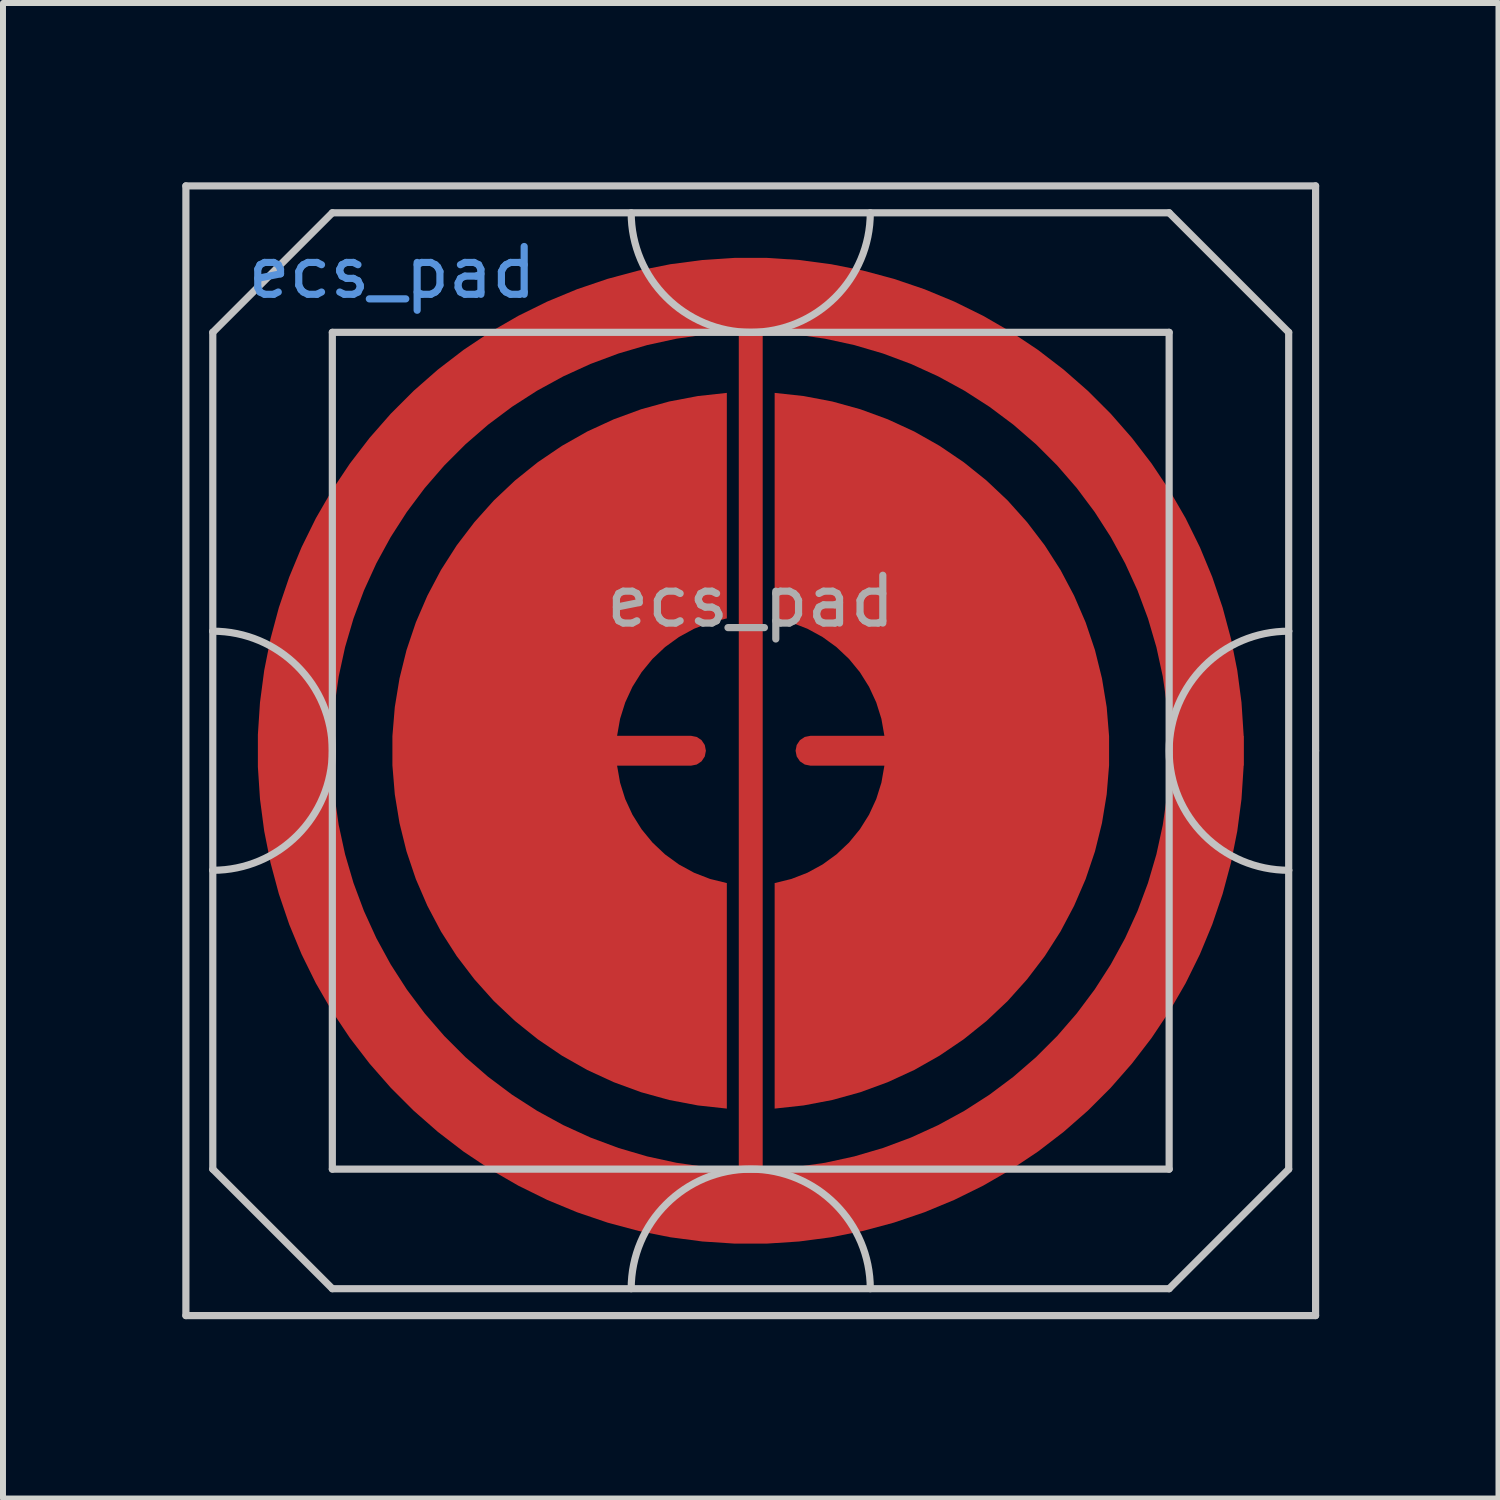
<source format=kicad_pcb>
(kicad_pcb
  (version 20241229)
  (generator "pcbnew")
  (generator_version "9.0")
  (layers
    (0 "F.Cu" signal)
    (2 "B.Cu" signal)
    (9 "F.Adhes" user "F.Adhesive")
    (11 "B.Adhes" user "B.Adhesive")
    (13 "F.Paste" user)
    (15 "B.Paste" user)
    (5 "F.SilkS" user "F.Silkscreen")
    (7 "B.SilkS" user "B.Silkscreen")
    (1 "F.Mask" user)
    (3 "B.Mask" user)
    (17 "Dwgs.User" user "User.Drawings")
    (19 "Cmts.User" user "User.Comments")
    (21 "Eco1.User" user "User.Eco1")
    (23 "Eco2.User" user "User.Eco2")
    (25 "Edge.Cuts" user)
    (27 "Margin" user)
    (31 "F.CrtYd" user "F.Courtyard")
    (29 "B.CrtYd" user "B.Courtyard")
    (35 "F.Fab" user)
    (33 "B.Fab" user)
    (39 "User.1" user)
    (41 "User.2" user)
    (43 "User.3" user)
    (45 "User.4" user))
  (footprint "ecs_pad"
    (layer "F.Cu")
    (at 9.51 9.51)
    (property "Reference" "ecs_pad" (at -6 -8 0) (layer "Cmts.User") (effects (font (size 0.8 0.8) (thickness 0.12))))
    (attr smd)
    (fp_line (start -9.45 -9.45) (end 9.45 -9.45) (stroke (width 0.12) (type solid)) (layer "Dwgs.User"))
    (fp_line (start -9.45 9.45) (end -9.45 -9.45) (stroke (width 0.12) (type solid)) (layer "Dwgs.User"))
    (fp_line (start -9 -7) (end -9 -2) (stroke (width 0.12) (type solid)) (layer "Dwgs.User"))
    (fp_line (start -9 -2) (end -9 2) (stroke (width 0.12) (type solid)) (layer "Dwgs.User"))
    (fp_line (start -9 2) (end -9 7) (stroke (width 0.12) (type solid)) (layer "Dwgs.User"))
    (fp_line (start -9 7) (end -7 9) (stroke (width 0.12) (type solid)) (layer "Dwgs.User"))
    (fp_line (start -7 -9) (end -9 -7) (stroke (width 0.12) (type solid)) (layer "Dwgs.User"))
    (fp_line (start -7 -7) (end -7 7) (stroke (width 0.12) (type solid)) (layer "Dwgs.User"))
    (fp_line (start -7 7) (end 7 7) (stroke (width 0.12) (type solid)) (layer "Dwgs.User"))
    (fp_line (start -7 9) (end 7 9) (stroke (width 0.12) (type solid)) (layer "Dwgs.User"))
    (fp_line (start 7 -9) (end -7 -9) (stroke (width 0.12) (type solid)) (layer "Dwgs.User"))
    (fp_line (start 7 -9) (end 9 -7) (stroke (width 0.12) (type solid)) (layer "Dwgs.User"))
    (fp_line (start 7 -7) (end -7 -7) (stroke (width 0.12) (type solid)) (layer "Dwgs.User"))
    (fp_line (start 7 7) (end 7 -7) (stroke (width 0.12) (type solid)) (layer "Dwgs.User"))
    (fp_line (start 7 9) (end 9 7) (stroke (width 0.12) (type solid)) (layer "Dwgs.User"))
    (fp_line (start 9 -2) (end 9 -7) (stroke (width 0.12) (type solid)) (layer "Dwgs.User"))
    (fp_line (start 9 -2) (end 9 2) (stroke (width 0.12) (type solid)) (layer "Dwgs.User"))
    (fp_line (start 9 7) (end 9 2) (stroke (width 0.12) (type solid)) (layer "Dwgs.User"))
    (fp_line (start 9.45 -9.45) (end 9.45 0) (stroke (width 0.12) (type solid)) (layer "Dwgs.User"))
    (fp_line (start 9.45 0) (end 9.45 9.45) (stroke (width 0.12) (type solid)) (layer "Dwgs.User"))
    (fp_line (start 9.45 9.45) (end -9.45 9.45) (stroke (width 0.12) (type solid)) (layer "Dwgs.User"))
    (fp_arc (start -9 -2) (mid -7 0) (end -9 2) (stroke (width 0.12) (type solid)) (layer "Dwgs.User"))
    (fp_arc (start -2 9) (mid 0 7) (end 2 9) (stroke (width 0.12) (type solid)) (layer "Dwgs.User"))
    (fp_arc (start 2 -9) (mid 0 -7) (end -2 -9) (stroke (width 0.12) (type solid)) (layer "Dwgs.User"))
    (fp_arc (start 9 2) (mid 7 0) (end 9 -2) (stroke (width 0.12) (type solid)) (layer "Dwgs.User"))
    (fp_circle (center 0 0) (end 6.553 0) (stroke (width 0.12) (type solid)) (fill no) (layer "User.3"))
    (fp_text user "${REFERENCE}" (at 0 -2.5 0) (layer "F.Fab") (effects (font (size 0.8 0.8) (thickness 0.12))))
    (pad "1" smd custom (at -1 0) (size 0.4 0.4) (layers "F.Cu") (options (anchor circle)) (primitives (gr_poly (pts (xy 0.6 -2.214) (xy 0.32 -2.145) (xy 0.052 -2.041) (xy -0.201 -1.903) (xy -0.434 -1.734) (xy -0.644 -1.536) (xy -0.826 -1.314) (xy -0.979 -1.07) (xy -1.1 -0.808) (xy -1.186 -0.534) (xy -1.236 -0.25) (xy 0 -0.25) (xy 0.096 -0.231) (xy 0.177 -0.177) (xy 0.231 -0.096) (xy 0.25 0) (xy 0.231 0.096) (xy 0.177 0.177) (xy 0.096 0.231) (xy 0 0.25) (xy -1.236 0.25) (xy -1.186 0.534) (xy -1.1 0.808) (xy -0.979 1.07) (xy -0.826 1.314) (xy -0.644 1.536) (xy -0.434 1.734) (xy -0.201 1.903) (xy 0.052 2.041) (xy 0.32 2.145) (xy 0.6 2.214) (xy 0.6 5.987) (xy 0.115 5.934) (xy -0.364 5.843) (xy -0.834 5.713) (xy -1.292 5.545) (xy -1.735 5.341) (xy -2.159 5.101) (xy -2.563 4.827) (xy -2.943 4.522) (xy -3.298 4.187) (xy -3.623 3.824) (xy -3.919 3.436) (xy -4.182 3.025) (xy -4.41 2.594) (xy -4.603 2.147) (xy -4.759 1.684) (xy -4.876 1.211) (xy -4.955 0.73) (xy -4.995 0.244) (xy -4.995 -0.244) (xy -4.955 -0.73) (xy -4.876 -1.211) (xy -4.759 -1.684) (xy -4.603 -2.147) (xy -4.41 -2.594) (xy -4.182 -3.025) (xy -3.919 -3.436) (xy -3.623 -3.824) (xy -3.298 -4.187) (xy -2.943 -4.522) (xy -2.563 -4.827) (xy -2.159 -5.101) (xy -1.735 -5.341) (xy -1.292 -5.545) (xy -0.834 -5.713) (xy -0.364 -5.843) (xy 0.115 -5.934) (xy 0.6 -5.987)) (width 0) (fill yes))))
    (pad "2" smd custom (at 1 0 180) (size 0.4 0.4) (layers "F.Cu") (options (anchor circle)) (primitives (gr_poly (pts (xy 0.6 -2.214) (xy 0.32 -2.145) (xy 0.052 -2.041) (xy -0.201 -1.903) (xy -0.434 -1.734) (xy -0.644 -1.536) (xy -0.826 -1.314) (xy -0.979 -1.07) (xy -1.1 -0.808) (xy -1.186 -0.534) (xy -1.236 -0.25) (xy 0 -0.25) (xy 0.096 -0.231) (xy 0.177 -0.177) (xy 0.231 -0.096) (xy 0.25 0) (xy 0.231 0.096) (xy 0.177 0.177) (xy 0.096 0.231) (xy 0 0.25) (xy -1.236 0.25) (xy -1.186 0.534) (xy -1.1 0.808) (xy -0.979 1.07) (xy -0.826 1.314) (xy -0.644 1.536) (xy -0.434 1.734) (xy -0.201 1.903) (xy 0.052 2.041) (xy 0.32 2.145) (xy 0.6 2.214) (xy 0.6 5.987) (xy 0.115 5.934) (xy -0.364 5.843) (xy -0.834 5.713) (xy -1.292 5.545) (xy -1.735 5.341) (xy -2.159 5.101) (xy -2.563 4.827) (xy -2.943 4.522) (xy -3.298 4.187) (xy -3.623 3.824) (xy -3.919 3.436) (xy -4.182 3.025) (xy -4.41 2.594) (xy -4.603 2.147) (xy -4.759 1.684) (xy -4.876 1.211) (xy -4.955 0.73) (xy -4.995 0.244) (xy -4.995 -0.244) (xy -4.955 -0.73) (xy -4.876 -1.211) (xy -4.759 -1.684) (xy -4.603 -2.147) (xy -4.41 -2.594) (xy -4.182 -3.025) (xy -3.919 -3.436) (xy -3.623 -3.824) (xy -3.298 -4.187) (xy -2.943 -4.522) (xy -2.563 -4.827) (xy -2.159 -5.101) (xy -1.735 -5.341) (xy -1.292 -5.545) (xy -0.834 -5.713) (xy -0.364 -5.843) (xy 0.115 -5.934) (xy 0.6 -5.987)) (width 0) (fill yes))))
    (pad "3" smd custom (at 8 0) (size 0.5 0.5) (layers "F.Cu") (options (anchor rect)) (primitives (gr_circle (center -8 0) (end -0.375 0) (width 1.25) (fill no)) (gr_line (start -8 8) (end -8 -8) (width 0.4))))
    (zone (net_name "") (layer "B.Cu") (hatch edge 0.508) (connect_pads) (min_thickness 0.254) (filled_areas_thickness no) (keepout (tracks allowed) (vias allowed) (pads allowed) (copperpour not_allowed) (footprints allowed)) (placement (enabled no)) (fill) (polygon (pts (xy 16.068 9.51) (xy 16.048 8.995) (xy 15.988 8.484) (xy 15.887 7.979) (xy 15.747 7.483) (xy 15.569 7) (xy 15.353 6.533) (xy 15.102 6.083) (xy 14.816 5.655) (xy 14.497 5.251) (xy 14.147 4.873) (xy 13.769 4.523) (xy 13.365 4.204) (xy 12.937 3.918) (xy 12.487 3.667) (xy 12.02 3.451) (xy 11.537 3.273) (xy 11.041 3.133) (xy 10.536 3.032) (xy 10.025 2.972) (xy 9.51 2.952) (xy 8.995 2.972) (xy 8.484 3.032) (xy 7.979 3.133) (xy 7.483 3.273) (xy 7 3.451) (xy 6.533 3.667) (xy 6.083 3.918) (xy 5.655 4.204) (xy 5.251 4.523) (xy 4.873 4.873) (xy 4.523 5.251) (xy 4.204 5.655) (xy 3.918 6.083) (xy 3.667 6.533) (xy 3.451 7) (xy 3.273 7.483) (xy 3.133 7.979) (xy 3.032 8.484) (xy 2.972 8.995) (xy 2.952 9.51) (xy 2.972 10.025) (xy 3.032 10.536) (xy 3.133 11.041) (xy 3.273 11.537) (xy 3.451 12.02) (xy 3.667 12.487) (xy 3.918 12.937) (xy 4.204 13.365) (xy 4.523 13.769) (xy 4.873 14.147) (xy 5.251 14.497) (xy 5.655 14.816) (xy 6.083 15.102) (xy 6.533 15.353) (xy 7 15.569) (xy 7.483 15.747) (xy 7.979 15.887) (xy 8.484 15.988) (xy 8.995 16.048) (xy 9.51 16.068) (xy 10.025 16.048) (xy 10.536 15.988) (xy 11.041 15.887) (xy 11.537 15.747) (xy 12.02 15.569) (xy 12.487 15.353) (xy 12.937 15.102) (xy 13.365 14.816) (xy 13.769 14.497) (xy 14.147 14.147) (xy 14.497 13.769) (xy 14.816 13.365) (xy 15.102 12.937) (xy 15.353 12.487) (xy 15.569 12.02) (xy 15.747 11.537) (xy 15.887 11.041) (xy 15.988 10.536) (xy 16.048 10.025)))))
  (gr_rect
    (start -3 -3)
    (end 22.02 22.02)
    (stroke (width 0.1) (type default))
    (fill no)
    (layer "Edge.Cuts")))
</source>
